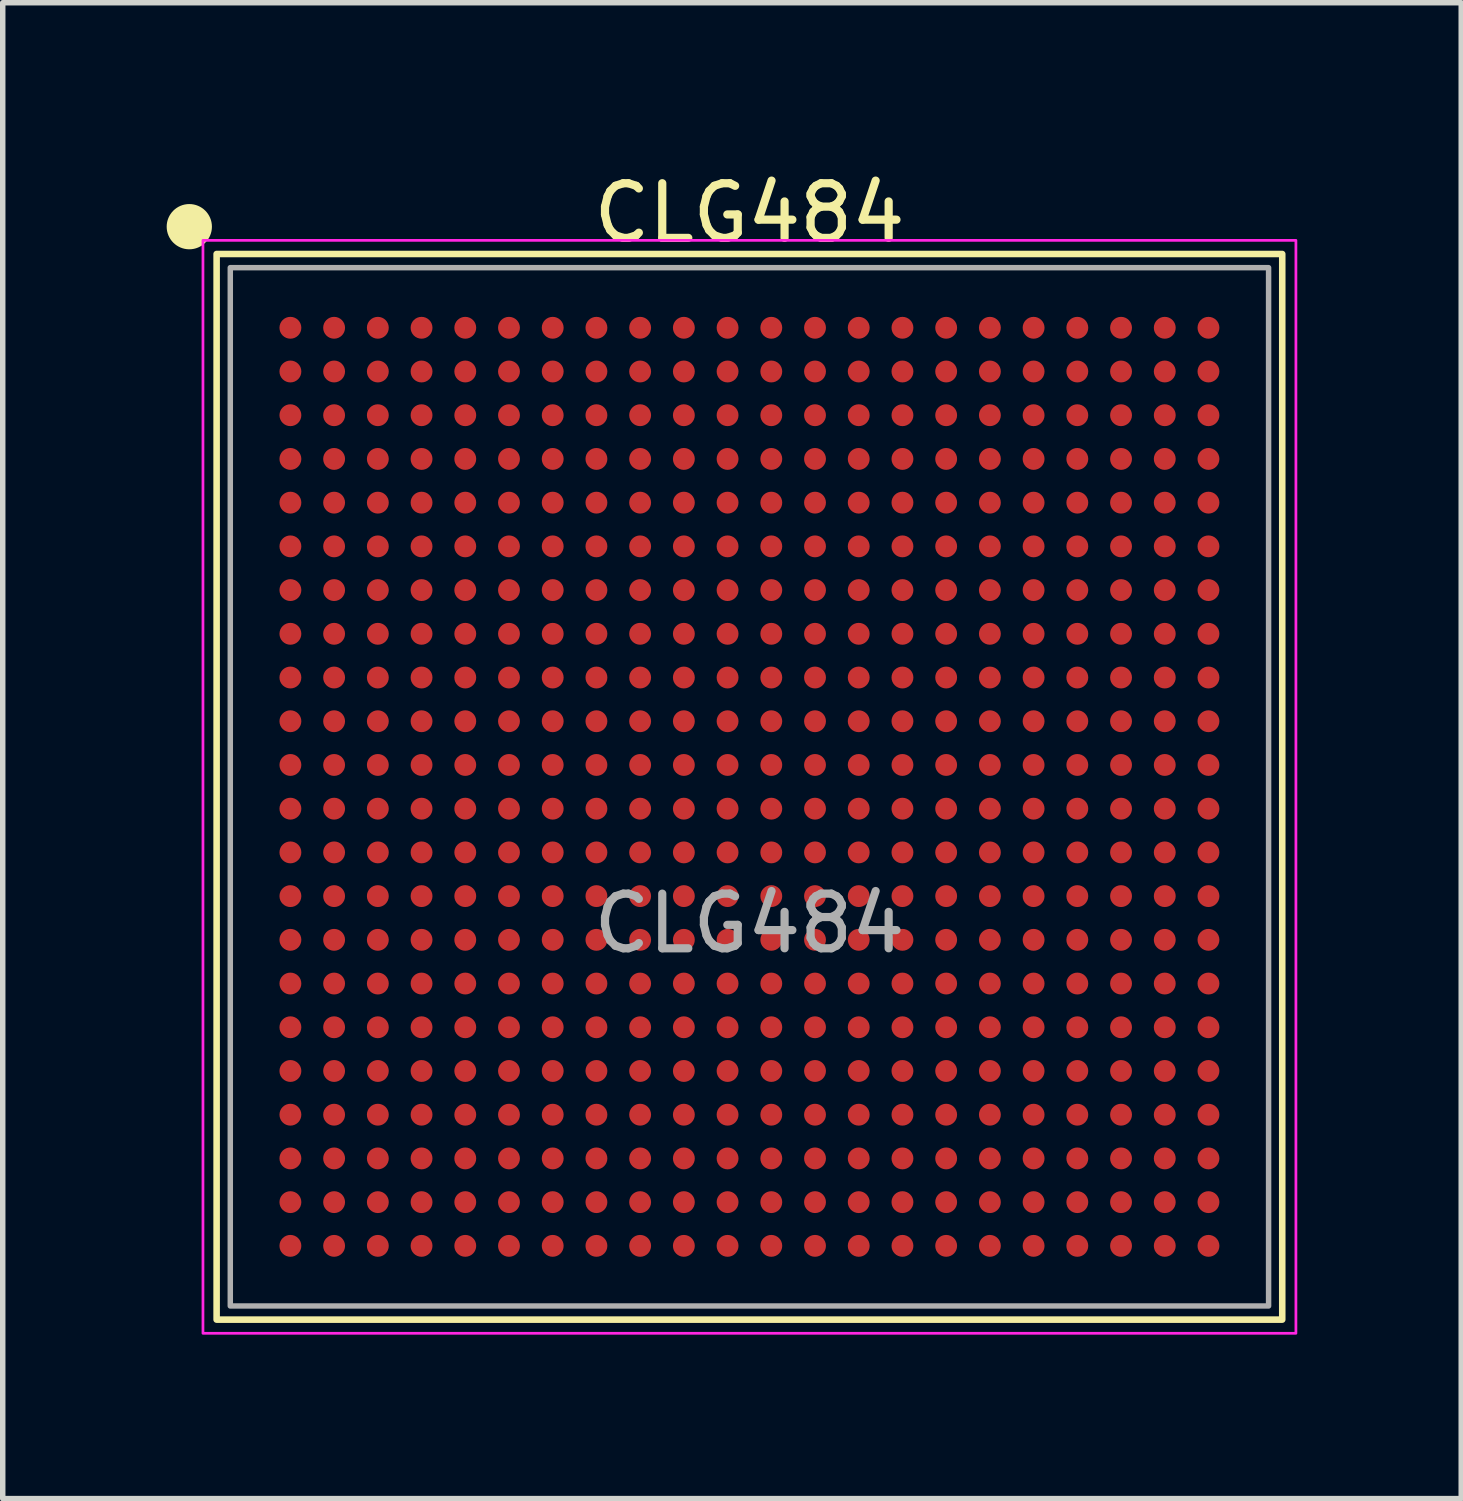
<source format=kicad_pcb>
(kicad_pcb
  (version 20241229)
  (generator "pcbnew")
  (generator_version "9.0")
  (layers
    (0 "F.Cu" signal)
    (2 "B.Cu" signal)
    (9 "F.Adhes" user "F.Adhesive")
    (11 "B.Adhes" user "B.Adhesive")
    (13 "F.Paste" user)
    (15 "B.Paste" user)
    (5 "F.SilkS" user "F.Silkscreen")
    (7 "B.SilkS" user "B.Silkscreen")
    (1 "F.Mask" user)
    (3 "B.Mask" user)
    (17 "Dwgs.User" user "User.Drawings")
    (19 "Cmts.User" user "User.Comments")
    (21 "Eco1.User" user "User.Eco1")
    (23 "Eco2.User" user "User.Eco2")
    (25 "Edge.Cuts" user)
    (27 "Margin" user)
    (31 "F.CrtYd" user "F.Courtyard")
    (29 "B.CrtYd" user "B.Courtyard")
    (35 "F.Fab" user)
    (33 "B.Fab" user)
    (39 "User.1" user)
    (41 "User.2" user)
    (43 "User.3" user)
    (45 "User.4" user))
  (footprint "CLG484"
    (layer "F.Cu")
    (at 10.664 11.348)
    (property "Reference" "CLG484" (at 0 -10.5 0) (unlocked yes) (layer "F.SilkS") (effects (font (size 1 1) (thickness 0.15))))
    (attr smd)
    (fp_rect (start -9.75 -9.75) (end 9.75 9.75) (stroke (width 0.12) (type solid)) (fill no) (layer "F.SilkS"))
    (fp_circle (center -10.25 -10.25) (end -9.896 -10.25) (stroke (width 0.12) (type solid)) (fill yes) (layer "F.SilkS"))
    (fp_rect (start -10 -10) (end 10 10) (stroke (width 0.05) (type solid)) (fill no) (layer "F.CrtYd"))
    (fp_rect (start -9.5 -9.5) (end 9.5 9.5) (stroke (width 0.1) (type solid)) (fill no) (layer "F.Fab"))
    (fp_text user "${REFERENCE}" (at 0 2.5 0) (unlocked yes) (layer "F.Fab") (effects (font (size 1 1) (thickness 0.15))))
    (pad "A1" smd circle (at -8.4 -8.4 90) (size 0.4 0.4) (layers "F.Cu" "F.Mask" "F.Paste"))
    (pad "A2" smd circle (at -7.6 -8.4 90) (size 0.4 0.4) (layers "F.Cu" "F.Mask" "F.Paste"))
    (pad "A3" smd circle (at -6.8 -8.4 90) (size 0.4 0.4) (layers "F.Cu" "F.Mask" "F.Paste"))
    (pad "A4" smd circle (at -6 -8.4 90) (size 0.4 0.4) (layers "F.Cu" "F.Mask" "F.Paste"))
    (pad "A5" smd circle (at -5.2 -8.4 90) (size 0.4 0.4) (layers "F.Cu" "F.Mask" "F.Paste"))
    (pad "A6" smd circle (at -4.4 -8.4 90) (size 0.4 0.4) (layers "F.Cu" "F.Mask" "F.Paste"))
    (pad "A7" smd circle (at -3.6 -8.4 90) (size 0.4 0.4) (layers "F.Cu" "F.Mask" "F.Paste"))
    (pad "A8" smd circle (at -2.8 -8.4 90) (size 0.4 0.4) (layers "F.Cu" "F.Mask" "F.Paste"))
    (pad "A9" smd circle (at -2 -8.4 90) (size 0.4 0.4) (layers "F.Cu" "F.Mask" "F.Paste"))
    (pad "A10" smd circle (at -1.2 -8.4 90) (size 0.4 0.4) (layers "F.Cu" "F.Mask" "F.Paste"))
    (pad "A11" smd circle (at -0.4 -8.4 90) (size 0.4 0.4) (layers "F.Cu" "F.Mask" "F.Paste"))
    (pad "A12" smd circle (at 0.4 -8.4 90) (size 0.4 0.4) (layers "F.Cu" "F.Mask" "F.Paste"))
    (pad "A13" smd circle (at 1.2 -8.4 90) (size 0.4 0.4) (layers "F.Cu" "F.Mask" "F.Paste"))
    (pad "A14" smd circle (at 2 -8.4 90) (size 0.4 0.4) (layers "F.Cu" "F.Mask" "F.Paste"))
    (pad "A15" smd circle (at 2.8 -8.4 90) (size 0.4 0.4) (layers "F.Cu" "F.Mask" "F.Paste"))
    (pad "A16" smd circle (at 3.6 -8.4 90) (size 0.4 0.4) (layers "F.Cu" "F.Mask" "F.Paste"))
    (pad "A17" smd circle (at 4.4 -8.4 90) (size 0.4 0.4) (layers "F.Cu" "F.Mask" "F.Paste"))
    (pad "A18" smd circle (at 5.2 -8.4 90) (size 0.4 0.4) (layers "F.Cu" "F.Mask" "F.Paste"))
    (pad "A19" smd circle (at 6 -8.4 90) (size 0.4 0.4) (layers "F.Cu" "F.Mask" "F.Paste"))
    (pad "A20" smd circle (at 6.8 -8.4 90) (size 0.4 0.4) (layers "F.Cu" "F.Mask" "F.Paste"))
    (pad "A21" smd circle (at 7.6 -8.4 90) (size 0.4 0.4) (layers "F.Cu" "F.Mask" "F.Paste"))
    (pad "A22" smd circle (at 8.4 -8.4 90) (size 0.4 0.4) (layers "F.Cu" "F.Mask" "F.Paste"))
    (pad "AA1" smd circle (at -8.4 7.6 90) (size 0.4 0.4) (layers "F.Cu" "F.Mask" "F.Paste"))
    (pad "AA2" smd circle (at -7.6 7.6 90) (size 0.4 0.4) (layers "F.Cu" "F.Mask" "F.Paste"))
    (pad "AA3" smd circle (at -6.8 7.6 90) (size 0.4 0.4) (layers "F.Cu" "F.Mask" "F.Paste"))
    (pad "AA4" smd circle (at -6 7.6 90) (size 0.4 0.4) (layers "F.Cu" "F.Mask" "F.Paste"))
    (pad "AA5" smd circle (at -5.2 7.6 90) (size 0.4 0.4) (layers "F.Cu" "F.Mask" "F.Paste"))
    (pad "AA6" smd circle (at -4.4 7.6 90) (size 0.4 0.4) (layers "F.Cu" "F.Mask" "F.Paste"))
    (pad "AA7" smd circle (at -3.6 7.6 90) (size 0.4 0.4) (layers "F.Cu" "F.Mask" "F.Paste"))
    (pad "AA8" smd circle (at -2.8 7.6 90) (size 0.4 0.4) (layers "F.Cu" "F.Mask" "F.Paste"))
    (pad "AA9" smd circle (at -2 7.6 90) (size 0.4 0.4) (layers "F.Cu" "F.Mask" "F.Paste"))
    (pad "AA10" smd circle (at -1.2 7.6 90) (size 0.4 0.4) (layers "F.Cu" "F.Mask" "F.Paste"))
    (pad "AA11" smd circle (at -0.4 7.6 90) (size 0.4 0.4) (layers "F.Cu" "F.Mask" "F.Paste"))
    (pad "AA12" smd circle (at 0.4 7.6 90) (size 0.4 0.4) (layers "F.Cu" "F.Mask" "F.Paste"))
    (pad "AA13" smd circle (at 1.2 7.6 90) (size 0.4 0.4) (layers "F.Cu" "F.Mask" "F.Paste"))
    (pad "AA14" smd circle (at 2 7.6 90) (size 0.4 0.4) (layers "F.Cu" "F.Mask" "F.Paste"))
    (pad "AA15" smd circle (at 2.8 7.6 90) (size 0.4 0.4) (layers "F.Cu" "F.Mask" "F.Paste"))
    (pad "AA16" smd circle (at 3.6 7.6 90) (size 0.4 0.4) (layers "F.Cu" "F.Mask" "F.Paste"))
    (pad "AA17" smd circle (at 4.4 7.6 90) (size 0.4 0.4) (layers "F.Cu" "F.Mask" "F.Paste"))
    (pad "AA18" smd circle (at 5.2 7.6 90) (size 0.4 0.4) (layers "F.Cu" "F.Mask" "F.Paste"))
    (pad "AA19" smd circle (at 6 7.6 90) (size 0.4 0.4) (layers "F.Cu" "F.Mask" "F.Paste"))
    (pad "AA20" smd circle (at 6.8 7.6 90) (size 0.4 0.4) (layers "F.Cu" "F.Mask" "F.Paste"))
    (pad "AA21" smd circle (at 7.6 7.6 90) (size 0.4 0.4) (layers "F.Cu" "F.Mask" "F.Paste"))
    (pad "AA22" smd circle (at 8.4 7.6 90) (size 0.4 0.4) (layers "F.Cu" "F.Mask" "F.Paste"))
    (pad "AB1" smd circle (at -8.4 8.4 90) (size 0.4 0.4) (layers "F.Cu" "F.Mask" "F.Paste"))
    (pad "AB2" smd circle (at -7.6 8.4 90) (size 0.4 0.4) (layers "F.Cu" "F.Mask" "F.Paste"))
    (pad "AB3" smd circle (at -6.8 8.4 90) (size 0.4 0.4) (layers "F.Cu" "F.Mask" "F.Paste"))
    (pad "AB4" smd circle (at -6 8.4 90) (size 0.4 0.4) (layers "F.Cu" "F.Mask" "F.Paste"))
    (pad "AB5" smd circle (at -5.2 8.4 90) (size 0.4 0.4) (layers "F.Cu" "F.Mask" "F.Paste"))
    (pad "AB6" smd circle (at -4.4 8.4 90) (size 0.4 0.4) (layers "F.Cu" "F.Mask" "F.Paste"))
    (pad "AB7" smd circle (at -3.6 8.4 90) (size 0.4 0.4) (layers "F.Cu" "F.Mask" "F.Paste"))
    (pad "AB8" smd circle (at -2.8 8.4 90) (size 0.4 0.4) (layers "F.Cu" "F.Mask" "F.Paste"))
    (pad "AB9" smd circle (at -2 8.4 90) (size 0.4 0.4) (layers "F.Cu" "F.Mask" "F.Paste"))
    (pad "AB10" smd circle (at -1.2 8.4 90) (size 0.4 0.4) (layers "F.Cu" "F.Mask" "F.Paste"))
    (pad "AB11" smd circle (at -0.4 8.4 90) (size 0.4 0.4) (layers "F.Cu" "F.Mask" "F.Paste"))
    (pad "AB12" smd circle (at 0.4 8.4 90) (size 0.4 0.4) (layers "F.Cu" "F.Mask" "F.Paste"))
    (pad "AB13" smd circle (at 1.2 8.4 90) (size 0.4 0.4) (layers "F.Cu" "F.Mask" "F.Paste"))
    (pad "AB14" smd circle (at 2 8.4 90) (size 0.4 0.4) (layers "F.Cu" "F.Mask" "F.Paste"))
    (pad "AB15" smd circle (at 2.8 8.4 90) (size 0.4 0.4) (layers "F.Cu" "F.Mask" "F.Paste"))
    (pad "AB16" smd circle (at 3.6 8.4 90) (size 0.4 0.4) (layers "F.Cu" "F.Mask" "F.Paste"))
    (pad "AB17" smd circle (at 4.4 8.4 90) (size 0.4 0.4) (layers "F.Cu" "F.Mask" "F.Paste"))
    (pad "AB18" smd circle (at 5.2 8.4 90) (size 0.4 0.4) (layers "F.Cu" "F.Mask" "F.Paste"))
    (pad "AB19" smd circle (at 6 8.4 90) (size 0.4 0.4) (layers "F.Cu" "F.Mask" "F.Paste"))
    (pad "AB20" smd circle (at 6.8 8.4 90) (size 0.4 0.4) (layers "F.Cu" "F.Mask" "F.Paste"))
    (pad "AB21" smd circle (at 7.6 8.4 90) (size 0.4 0.4) (layers "F.Cu" "F.Mask" "F.Paste"))
    (pad "AB22" smd circle (at 8.4 8.4 90) (size 0.4 0.4) (layers "F.Cu" "F.Mask" "F.Paste"))
    (pad "B1" smd circle (at -8.4 -7.6 90) (size 0.4 0.4) (layers "F.Cu" "F.Mask" "F.Paste"))
    (pad "B2" smd circle (at -7.6 -7.6 90) (size 0.4 0.4) (layers "F.Cu" "F.Mask" "F.Paste"))
    (pad "B3" smd circle (at -6.8 -7.6 90) (size 0.4 0.4) (layers "F.Cu" "F.Mask" "F.Paste"))
    (pad "B4" smd circle (at -6 -7.6 90) (size 0.4 0.4) (layers "F.Cu" "F.Mask" "F.Paste"))
    (pad "B5" smd circle (at -5.2 -7.6 90) (size 0.4 0.4) (layers "F.Cu" "F.Mask" "F.Paste"))
    (pad "B6" smd circle (at -4.4 -7.6 90) (size 0.4 0.4) (layers "F.Cu" "F.Mask" "F.Paste"))
    (pad "B7" smd circle (at -3.6 -7.6 90) (size 0.4 0.4) (layers "F.Cu" "F.Mask" "F.Paste"))
    (pad "B8" smd circle (at -2.8 -7.6 90) (size 0.4 0.4) (layers "F.Cu" "F.Mask" "F.Paste"))
    (pad "B9" smd circle (at -2 -7.6 90) (size 0.4 0.4) (layers "F.Cu" "F.Mask" "F.Paste"))
    (pad "B10" smd circle (at -1.2 -7.6 90) (size 0.4 0.4) (layers "F.Cu" "F.Mask" "F.Paste"))
    (pad "B11" smd circle (at -0.4 -7.6 90) (size 0.4 0.4) (layers "F.Cu" "F.Mask" "F.Paste"))
    (pad "B12" smd circle (at 0.4 -7.6 90) (size 0.4 0.4) (layers "F.Cu" "F.Mask" "F.Paste"))
    (pad "B13" smd circle (at 1.2 -7.6 90) (size 0.4 0.4) (layers "F.Cu" "F.Mask" "F.Paste"))
    (pad "B14" smd circle (at 2 -7.6 90) (size 0.4 0.4) (layers "F.Cu" "F.Mask" "F.Paste"))
    (pad "B15" smd circle (at 2.8 -7.6 90) (size 0.4 0.4) (layers "F.Cu" "F.Mask" "F.Paste"))
    (pad "B16" smd circle (at 3.6 -7.6 90) (size 0.4 0.4) (layers "F.Cu" "F.Mask" "F.Paste"))
    (pad "B17" smd circle (at 4.4 -7.6 90) (size 0.4 0.4) (layers "F.Cu" "F.Mask" "F.Paste"))
    (pad "B18" smd circle (at 5.2 -7.6 90) (size 0.4 0.4) (layers "F.Cu" "F.Mask" "F.Paste"))
    (pad "B19" smd circle (at 6 -7.6 90) (size 0.4 0.4) (layers "F.Cu" "F.Mask" "F.Paste"))
    (pad "B20" smd circle (at 6.8 -7.6 90) (size 0.4 0.4) (layers "F.Cu" "F.Mask" "F.Paste"))
    (pad "B21" smd circle (at 7.6 -7.6 90) (size 0.4 0.4) (layers "F.Cu" "F.Mask" "F.Paste"))
    (pad "B22" smd circle (at 8.4 -7.6 90) (size 0.4 0.4) (layers "F.Cu" "F.Mask" "F.Paste"))
    (pad "C1" smd circle (at -8.4 -6.8 90) (size 0.4 0.4) (layers "F.Cu" "F.Mask" "F.Paste"))
    (pad "C2" smd circle (at -7.6 -6.8 90) (size 0.4 0.4) (layers "F.Cu" "F.Mask" "F.Paste"))
    (pad "C3" smd circle (at -6.8 -6.8 90) (size 0.4 0.4) (layers "F.Cu" "F.Mask" "F.Paste"))
    (pad "C4" smd circle (at -6 -6.8 90) (size 0.4 0.4) (layers "F.Cu" "F.Mask" "F.Paste"))
    (pad "C5" smd circle (at -5.2 -6.8 90) (size 0.4 0.4) (layers "F.Cu" "F.Mask" "F.Paste"))
    (pad "C6" smd circle (at -4.4 -6.8 90) (size 0.4 0.4) (layers "F.Cu" "F.Mask" "F.Paste"))
    (pad "C7" smd circle (at -3.6 -6.8 90) (size 0.4 0.4) (layers "F.Cu" "F.Mask" "F.Paste"))
    (pad "C8" smd circle (at -2.8 -6.8 90) (size 0.4 0.4) (layers "F.Cu" "F.Mask" "F.Paste"))
    (pad "C9" smd circle (at -2 -6.8 90) (size 0.4 0.4) (layers "F.Cu" "F.Mask" "F.Paste"))
    (pad "C10" smd circle (at -1.2 -6.8 90) (size 0.4 0.4) (layers "F.Cu" "F.Mask" "F.Paste"))
    (pad "C11" smd circle (at -0.4 -6.8 90) (size 0.4 0.4) (layers "F.Cu" "F.Mask" "F.Paste"))
    (pad "C12" smd circle (at 0.4 -6.8 90) (size 0.4 0.4) (layers "F.Cu" "F.Mask" "F.Paste"))
    (pad "C13" smd circle (at 1.2 -6.8 90) (size 0.4 0.4) (layers "F.Cu" "F.Mask" "F.Paste"))
    (pad "C14" smd circle (at 2 -6.8 90) (size 0.4 0.4) (layers "F.Cu" "F.Mask" "F.Paste"))
    (pad "C15" smd circle (at 2.8 -6.8 90) (size 0.4 0.4) (layers "F.Cu" "F.Mask" "F.Paste"))
    (pad "C16" smd circle (at 3.6 -6.8 90) (size 0.4 0.4) (layers "F.Cu" "F.Mask" "F.Paste"))
    (pad "C17" smd circle (at 4.4 -6.8 90) (size 0.4 0.4) (layers "F.Cu" "F.Mask" "F.Paste"))
    (pad "C18" smd circle (at 5.2 -6.8 90) (size 0.4 0.4) (layers "F.Cu" "F.Mask" "F.Paste"))
    (pad "C19" smd circle (at 6 -6.8 90) (size 0.4 0.4) (layers "F.Cu" "F.Mask" "F.Paste"))
    (pad "C20" smd circle (at 6.8 -6.8 90) (size 0.4 0.4) (layers "F.Cu" "F.Mask" "F.Paste"))
    (pad "C21" smd circle (at 7.6 -6.8 90) (size 0.4 0.4) (layers "F.Cu" "F.Mask" "F.Paste"))
    (pad "C22" smd circle (at 8.4 -6.8 90) (size 0.4 0.4) (layers "F.Cu" "F.Mask" "F.Paste"))
    (pad "D1" smd circle (at -8.4 -6 90) (size 0.4 0.4) (layers "F.Cu" "F.Mask" "F.Paste"))
    (pad "D2" smd circle (at -7.6 -6 90) (size 0.4 0.4) (layers "F.Cu" "F.Mask" "F.Paste"))
    (pad "D3" smd circle (at -6.8 -6 90) (size 0.4 0.4) (layers "F.Cu" "F.Mask" "F.Paste"))
    (pad "D4" smd circle (at -6 -6 90) (size 0.4 0.4) (layers "F.Cu" "F.Mask" "F.Paste"))
    (pad "D5" smd circle (at -5.2 -6 90) (size 0.4 0.4) (layers "F.Cu" "F.Mask" "F.Paste"))
    (pad "D6" smd circle (at -4.4 -6 90) (size 0.4 0.4) (layers "F.Cu" "F.Mask" "F.Paste"))
    (pad "D7" smd circle (at -3.6 -6 90) (size 0.4 0.4) (layers "F.Cu" "F.Mask" "F.Paste"))
    (pad "D8" smd circle (at -2.8 -6 90) (size 0.4 0.4) (layers "F.Cu" "F.Mask" "F.Paste"))
    (pad "D9" smd circle (at -2 -6 90) (size 0.4 0.4) (layers "F.Cu" "F.Mask" "F.Paste"))
    (pad "D10" smd circle (at -1.2 -6 90) (size 0.4 0.4) (layers "F.Cu" "F.Mask" "F.Paste"))
    (pad "D11" smd circle (at -0.4 -6 90) (size 0.4 0.4) (layers "F.Cu" "F.Mask" "F.Paste"))
    (pad "D12" smd circle (at 0.4 -6 90) (size 0.4 0.4) (layers "F.Cu" "F.Mask" "F.Paste"))
    (pad "D13" smd circle (at 1.2 -6 90) (size 0.4 0.4) (layers "F.Cu" "F.Mask" "F.Paste"))
    (pad "D14" smd circle (at 2 -6 90) (size 0.4 0.4) (layers "F.Cu" "F.Mask" "F.Paste"))
    (pad "D15" smd circle (at 2.8 -6 90) (size 0.4 0.4) (layers "F.Cu" "F.Mask" "F.Paste"))
    (pad "D16" smd circle (at 3.6 -6 90) (size 0.4 0.4) (layers "F.Cu" "F.Mask" "F.Paste"))
    (pad "D17" smd circle (at 4.4 -6 90) (size 0.4 0.4) (layers "F.Cu" "F.Mask" "F.Paste"))
    (pad "D18" smd circle (at 5.2 -6 90) (size 0.4 0.4) (layers "F.Cu" "F.Mask" "F.Paste"))
    (pad "D19" smd circle (at 6 -6 90) (size 0.4 0.4) (layers "F.Cu" "F.Mask" "F.Paste"))
    (pad "D20" smd circle (at 6.8 -6 90) (size 0.4 0.4) (layers "F.Cu" "F.Mask" "F.Paste"))
    (pad "D21" smd circle (at 7.6 -6 90) (size 0.4 0.4) (layers "F.Cu" "F.Mask" "F.Paste"))
    (pad "D22" smd circle (at 8.4 -6 90) (size 0.4 0.4) (layers "F.Cu" "F.Mask" "F.Paste"))
    (pad "E1" smd circle (at -8.4 -5.2 90) (size 0.4 0.4) (layers "F.Cu" "F.Mask" "F.Paste"))
    (pad "E2" smd circle (at -7.6 -5.2 90) (size 0.4 0.4) (layers "F.Cu" "F.Mask" "F.Paste"))
    (pad "E3" smd circle (at -6.8 -5.2 90) (size 0.4 0.4) (layers "F.Cu" "F.Mask" "F.Paste"))
    (pad "E4" smd circle (at -6 -5.2 90) (size 0.4 0.4) (layers "F.Cu" "F.Mask" "F.Paste"))
    (pad "E5" smd circle (at -5.2 -5.2 90) (size 0.4 0.4) (layers "F.Cu" "F.Mask" "F.Paste"))
    (pad "E6" smd circle (at -4.4 -5.2 90) (size 0.4 0.4) (layers "F.Cu" "F.Mask" "F.Paste"))
    (pad "E7" smd circle (at -3.6 -5.2 90) (size 0.4 0.4) (layers "F.Cu" "F.Mask" "F.Paste"))
    (pad "E8" smd circle (at -2.8 -5.2 90) (size 0.4 0.4) (layers "F.Cu" "F.Mask" "F.Paste"))
    (pad "E9" smd circle (at -2 -5.2 90) (size 0.4 0.4) (layers "F.Cu" "F.Mask" "F.Paste"))
    (pad "E10" smd circle (at -1.2 -5.2 90) (size 0.4 0.4) (layers "F.Cu" "F.Mask" "F.Paste"))
    (pad "E11" smd circle (at -0.4 -5.2 90) (size 0.4 0.4) (layers "F.Cu" "F.Mask" "F.Paste"))
    (pad "E12" smd circle (at 0.4 -5.2 90) (size 0.4 0.4) (layers "F.Cu" "F.Mask" "F.Paste"))
    (pad "E13" smd circle (at 1.2 -5.2 90) (size 0.4 0.4) (layers "F.Cu" "F.Mask" "F.Paste"))
    (pad "E14" smd circle (at 2 -5.2 90) (size 0.4 0.4) (layers "F.Cu" "F.Mask" "F.Paste"))
    (pad "E15" smd circle (at 2.8 -5.2 90) (size 0.4 0.4) (layers "F.Cu" "F.Mask" "F.Paste"))
    (pad "E16" smd circle (at 3.6 -5.2 90) (size 0.4 0.4) (layers "F.Cu" "F.Mask" "F.Paste"))
    (pad "E17" smd circle (at 4.4 -5.2 90) (size 0.4 0.4) (layers "F.Cu" "F.Mask" "F.Paste"))
    (pad "E18" smd circle (at 5.2 -5.2 90) (size 0.4 0.4) (layers "F.Cu" "F.Mask" "F.Paste"))
    (pad "E19" smd circle (at 6 -5.2 90) (size 0.4 0.4) (layers "F.Cu" "F.Mask" "F.Paste"))
    (pad "E20" smd circle (at 6.8 -5.2 90) (size 0.4 0.4) (layers "F.Cu" "F.Mask" "F.Paste"))
    (pad "E21" smd circle (at 7.6 -5.2 90) (size 0.4 0.4) (layers "F.Cu" "F.Mask" "F.Paste"))
    (pad "E22" smd circle (at 8.4 -5.2 90) (size 0.4 0.4) (layers "F.Cu" "F.Mask" "F.Paste"))
    (pad "F1" smd circle (at -8.4 -4.4 90) (size 0.4 0.4) (layers "F.Cu" "F.Mask" "F.Paste"))
    (pad "F2" smd circle (at -7.6 -4.4 90) (size 0.4 0.4) (layers "F.Cu" "F.Mask" "F.Paste"))
    (pad "F3" smd circle (at -6.8 -4.4 90) (size 0.4 0.4) (layers "F.Cu" "F.Mask" "F.Paste"))
    (pad "F4" smd circle (at -6 -4.4 90) (size 0.4 0.4) (layers "F.Cu" "F.Mask" "F.Paste"))
    (pad "F5" smd circle (at -5.2 -4.4 90) (size 0.4 0.4) (layers "F.Cu" "F.Mask" "F.Paste"))
    (pad "F6" smd circle (at -4.4 -4.4 90) (size 0.4 0.4) (layers "F.Cu" "F.Mask" "F.Paste"))
    (pad "F7" smd circle (at -3.6 -4.4 90) (size 0.4 0.4) (layers "F.Cu" "F.Mask" "F.Paste"))
    (pad "F8" smd circle (at -2.8 -4.4 90) (size 0.4 0.4) (layers "F.Cu" "F.Mask" "F.Paste"))
    (pad "F9" smd circle (at -2 -4.4 90) (size 0.4 0.4) (layers "F.Cu" "F.Mask" "F.Paste"))
    (pad "F10" smd circle (at -1.2 -4.4 90) (size 0.4 0.4) (layers "F.Cu" "F.Mask" "F.Paste"))
    (pad "F11" smd circle (at -0.4 -4.4 90) (size 0.4 0.4) (layers "F.Cu" "F.Mask" "F.Paste"))
    (pad "F12" smd circle (at 0.4 -4.4 90) (size 0.4 0.4) (layers "F.Cu" "F.Mask" "F.Paste"))
    (pad "F13" smd circle (at 1.2 -4.4 90) (size 0.4 0.4) (layers "F.Cu" "F.Mask" "F.Paste"))
    (pad "F14" smd circle (at 2 -4.4 90) (size 0.4 0.4) (layers "F.Cu" "F.Mask" "F.Paste"))
    (pad "F15" smd circle (at 2.8 -4.4 90) (size 0.4 0.4) (layers "F.Cu" "F.Mask" "F.Paste"))
    (pad "F16" smd circle (at 3.6 -4.4 90) (size 0.4 0.4) (layers "F.Cu" "F.Mask" "F.Paste"))
    (pad "F17" smd circle (at 4.4 -4.4 90) (size 0.4 0.4) (layers "F.Cu" "F.Mask" "F.Paste"))
    (pad "F18" smd circle (at 5.2 -4.4 90) (size 0.4 0.4) (layers "F.Cu" "F.Mask" "F.Paste"))
    (pad "F19" smd circle (at 6 -4.4 90) (size 0.4 0.4) (layers "F.Cu" "F.Mask" "F.Paste"))
    (pad "F20" smd circle (at 6.8 -4.4 90) (size 0.4 0.4) (layers "F.Cu" "F.Mask" "F.Paste"))
    (pad "F21" smd circle (at 7.6 -4.4 90) (size 0.4 0.4) (layers "F.Cu" "F.Mask" "F.Paste"))
    (pad "F22" smd circle (at 8.4 -4.4 90) (size 0.4 0.4) (layers "F.Cu" "F.Mask" "F.Paste"))
    (pad "G1" smd circle (at -8.4 -3.6 90) (size 0.4 0.4) (layers "F.Cu" "F.Mask" "F.Paste"))
    (pad "G2" smd circle (at -7.6 -3.6 90) (size 0.4 0.4) (layers "F.Cu" "F.Mask" "F.Paste"))
    (pad "G3" smd circle (at -6.8 -3.6 90) (size 0.4 0.4) (layers "F.Cu" "F.Mask" "F.Paste"))
    (pad "G4" smd circle (at -6 -3.6 90) (size 0.4 0.4) (layers "F.Cu" "F.Mask" "F.Paste"))
    (pad "G5" smd circle (at -5.2 -3.6 90) (size 0.4 0.4) (layers "F.Cu" "F.Mask" "F.Paste"))
    (pad "G6" smd circle (at -4.4 -3.6 90) (size 0.4 0.4) (layers "F.Cu" "F.Mask" "F.Paste"))
    (pad "G7" smd circle (at -3.6 -3.6 90) (size 0.4 0.4) (layers "F.Cu" "F.Mask" "F.Paste"))
    (pad "G8" smd circle (at -2.8 -3.6 90) (size 0.4 0.4) (layers "F.Cu" "F.Mask" "F.Paste"))
    (pad "G9" smd circle (at -2 -3.6 90) (size 0.4 0.4) (layers "F.Cu" "F.Mask" "F.Paste"))
    (pad "G10" smd circle (at -1.2 -3.6 90) (size 0.4 0.4) (layers "F.Cu" "F.Mask" "F.Paste"))
    (pad "G11" smd circle (at -0.4 -3.6 90) (size 0.4 0.4) (layers "F.Cu" "F.Mask" "F.Paste"))
    (pad "G12" smd circle (at 0.4 -3.6 90) (size 0.4 0.4) (layers "F.Cu" "F.Mask" "F.Paste"))
    (pad "G13" smd circle (at 1.2 -3.6 90) (size 0.4 0.4) (layers "F.Cu" "F.Mask" "F.Paste"))
    (pad "G14" smd circle (at 2 -3.6 90) (size 0.4 0.4) (layers "F.Cu" "F.Mask" "F.Paste"))
    (pad "G15" smd circle (at 2.8 -3.6 90) (size 0.4 0.4) (layers "F.Cu" "F.Mask" "F.Paste"))
    (pad "G16" smd circle (at 3.6 -3.6 90) (size 0.4 0.4) (layers "F.Cu" "F.Mask" "F.Paste"))
    (pad "G17" smd circle (at 4.4 -3.6 90) (size 0.4 0.4) (layers "F.Cu" "F.Mask" "F.Paste"))
    (pad "G18" smd circle (at 5.2 -3.6 90) (size 0.4 0.4) (layers "F.Cu" "F.Mask" "F.Paste"))
    (pad "G19" smd circle (at 6 -3.6 90) (size 0.4 0.4) (layers "F.Cu" "F.Mask" "F.Paste"))
    (pad "G20" smd circle (at 6.8 -3.6 90) (size 0.4 0.4) (layers "F.Cu" "F.Mask" "F.Paste"))
    (pad "G21" smd circle (at 7.6 -3.6 90) (size 0.4 0.4) (layers "F.Cu" "F.Mask" "F.Paste"))
    (pad "G22" smd circle (at 8.4 -3.6 90) (size 0.4 0.4) (layers "F.Cu" "F.Mask" "F.Paste"))
    (pad "H1" smd circle (at -8.4 -2.8 90) (size 0.4 0.4) (layers "F.Cu" "F.Mask" "F.Paste"))
    (pad "H2" smd circle (at -7.6 -2.8 90) (size 0.4 0.4) (layers "F.Cu" "F.Mask" "F.Paste"))
    (pad "H3" smd circle (at -6.8 -2.8 90) (size 0.4 0.4) (layers "F.Cu" "F.Mask" "F.Paste"))
    (pad "H4" smd circle (at -6 -2.8 90) (size 0.4 0.4) (layers "F.Cu" "F.Mask" "F.Paste"))
    (pad "H5" smd circle (at -5.2 -2.8 90) (size 0.4 0.4) (layers "F.Cu" "F.Mask" "F.Paste"))
    (pad "H6" smd circle (at -4.4 -2.8 90) (size 0.4 0.4) (layers "F.Cu" "F.Mask" "F.Paste"))
    (pad "H7" smd circle (at -3.6 -2.8 90) (size 0.4 0.4) (layers "F.Cu" "F.Mask" "F.Paste"))
    (pad "H8" smd circle (at -2.8 -2.8 90) (size 0.4 0.4) (layers "F.Cu" "F.Mask" "F.Paste"))
    (pad "H9" smd circle (at -2 -2.8 90) (size 0.4 0.4) (layers "F.Cu" "F.Mask" "F.Paste"))
    (pad "H10" smd circle (at -1.2 -2.8 90) (size 0.4 0.4) (layers "F.Cu" "F.Mask" "F.Paste"))
    (pad "H11" smd circle (at -0.4 -2.8 90) (size 0.4 0.4) (layers "F.Cu" "F.Mask" "F.Paste"))
    (pad "H12" smd circle (at 0.4 -2.8 90) (size 0.4 0.4) (layers "F.Cu" "F.Mask" "F.Paste"))
    (pad "H13" smd circle (at 1.2 -2.8 90) (size 0.4 0.4) (layers "F.Cu" "F.Mask" "F.Paste"))
    (pad "H14" smd circle (at 2 -2.8 90) (size 0.4 0.4) (layers "F.Cu" "F.Mask" "F.Paste"))
    (pad "H15" smd circle (at 2.8 -2.8 90) (size 0.4 0.4) (layers "F.Cu" "F.Mask" "F.Paste"))
    (pad "H16" smd circle (at 3.6 -2.8 90) (size 0.4 0.4) (layers "F.Cu" "F.Mask" "F.Paste"))
    (pad "H17" smd circle (at 4.4 -2.8 90) (size 0.4 0.4) (layers "F.Cu" "F.Mask" "F.Paste"))
    (pad "H18" smd circle (at 5.2 -2.8 90) (size 0.4 0.4) (layers "F.Cu" "F.Mask" "F.Paste"))
    (pad "H19" smd circle (at 6 -2.8 90) (size 0.4 0.4) (layers "F.Cu" "F.Mask" "F.Paste"))
    (pad "H20" smd circle (at 6.8 -2.8 90) (size 0.4 0.4) (layers "F.Cu" "F.Mask" "F.Paste"))
    (pad "H21" smd circle (at 7.6 -2.8 90) (size 0.4 0.4) (layers "F.Cu" "F.Mask" "F.Paste"))
    (pad "H22" smd circle (at 8.4 -2.8 90) (size 0.4 0.4) (layers "F.Cu" "F.Mask" "F.Paste"))
    (pad "J1" smd circle (at -8.4 -2 90) (size 0.4 0.4) (layers "F.Cu" "F.Mask" "F.Paste"))
    (pad "J2" smd circle (at -7.6 -2 90) (size 0.4 0.4) (layers "F.Cu" "F.Mask" "F.Paste"))
    (pad "J3" smd circle (at -6.8 -2 90) (size 0.4 0.4) (layers "F.Cu" "F.Mask" "F.Paste"))
    (pad "J4" smd circle (at -6 -2 90) (size 0.4 0.4) (layers "F.Cu" "F.Mask" "F.Paste"))
    (pad "J5" smd circle (at -5.2 -2 90) (size 0.4 0.4) (layers "F.Cu" "F.Mask" "F.Paste"))
    (pad "J6" smd circle (at -4.4 -2 90) (size 0.4 0.4) (layers "F.Cu" "F.Mask" "F.Paste"))
    (pad "J7" smd circle (at -3.6 -2 90) (size 0.4 0.4) (layers "F.Cu" "F.Mask" "F.Paste"))
    (pad "J8" smd circle (at -2.8 -2 90) (size 0.4 0.4) (layers "F.Cu" "F.Mask" "F.Paste"))
    (pad "J9" smd circle (at -2 -2 90) (size 0.4 0.4) (layers "F.Cu" "F.Mask" "F.Paste"))
    (pad "J10" smd circle (at -1.2 -2 90) (size 0.4 0.4) (layers "F.Cu" "F.Mask" "F.Paste"))
    (pad "J11" smd circle (at -0.4 -2 90) (size 0.4 0.4) (layers "F.Cu" "F.Mask" "F.Paste"))
    (pad "J12" smd circle (at 0.4 -2 90) (size 0.4 0.4) (layers "F.Cu" "F.Mask" "F.Paste"))
    (pad "J13" smd circle (at 1.2 -2 90) (size 0.4 0.4) (layers "F.Cu" "F.Mask" "F.Paste"))
    (pad "J14" smd circle (at 2 -2 90) (size 0.4 0.4) (layers "F.Cu" "F.Mask" "F.Paste"))
    (pad "J15" smd circle (at 2.8 -2 90) (size 0.4 0.4) (layers "F.Cu" "F.Mask" "F.Paste"))
    (pad "J16" smd circle (at 3.6 -2 90) (size 0.4 0.4) (layers "F.Cu" "F.Mask" "F.Paste"))
    (pad "J17" smd circle (at 4.4 -2 90) (size 0.4 0.4) (layers "F.Cu" "F.Mask" "F.Paste"))
    (pad "J18" smd circle (at 5.2 -2 90) (size 0.4 0.4) (layers "F.Cu" "F.Mask" "F.Paste"))
    (pad "J19" smd circle (at 6 -2 90) (size 0.4 0.4) (layers "F.Cu" "F.Mask" "F.Paste"))
    (pad "J20" smd circle (at 6.8 -2 90) (size 0.4 0.4) (layers "F.Cu" "F.Mask" "F.Paste"))
    (pad "J21" smd circle (at 7.6 -2 90) (size 0.4 0.4) (layers "F.Cu" "F.Mask" "F.Paste"))
    (pad "J22" smd circle (at 8.4 -2 90) (size 0.4 0.4) (layers "F.Cu" "F.Mask" "F.Paste"))
    (pad "K1" smd circle (at -8.4 -1.2 90) (size 0.4 0.4) (layers "F.Cu" "F.Mask" "F.Paste"))
    (pad "K2" smd circle (at -7.6 -1.2 90) (size 0.4 0.4) (layers "F.Cu" "F.Mask" "F.Paste"))
    (pad "K3" smd circle (at -6.8 -1.2 90) (size 0.4 0.4) (layers "F.Cu" "F.Mask" "F.Paste"))
    (pad "K4" smd circle (at -6 -1.2 90) (size 0.4 0.4) (layers "F.Cu" "F.Mask" "F.Paste"))
    (pad "K5" smd circle (at -5.2 -1.2 90) (size 0.4 0.4) (layers "F.Cu" "F.Mask" "F.Paste"))
    (pad "K6" smd circle (at -4.4 -1.2 90) (size 0.4 0.4) (layers "F.Cu" "F.Mask" "F.Paste"))
    (pad "K7" smd circle (at -3.6 -1.2 90) (size 0.4 0.4) (layers "F.Cu" "F.Mask" "F.Paste"))
    (pad "K8" smd circle (at -2.8 -1.2 90) (size 0.4 0.4) (layers "F.Cu" "F.Mask" "F.Paste"))
    (pad "K9" smd circle (at -2 -1.2 90) (size 0.4 0.4) (layers "F.Cu" "F.Mask" "F.Paste"))
    (pad "K10" smd circle (at -1.2 -1.2 90) (size 0.4 0.4) (layers "F.Cu" "F.Mask" "F.Paste"))
    (pad "K11" smd circle (at -0.4 -1.2 90) (size 0.4 0.4) (layers "F.Cu" "F.Mask" "F.Paste"))
    (pad "K12" smd circle (at 0.4 -1.2 90) (size 0.4 0.4) (layers "F.Cu" "F.Mask" "F.Paste"))
    (pad "K13" smd circle (at 1.2 -1.2 90) (size 0.4 0.4) (layers "F.Cu" "F.Mask" "F.Paste"))
    (pad "K14" smd circle (at 2 -1.2 90) (size 0.4 0.4) (layers "F.Cu" "F.Mask" "F.Paste"))
    (pad "K15" smd circle (at 2.8 -1.2 90) (size 0.4 0.4) (layers "F.Cu" "F.Mask" "F.Paste"))
    (pad "K16" smd circle (at 3.6 -1.2 90) (size 0.4 0.4) (layers "F.Cu" "F.Mask" "F.Paste"))
    (pad "K17" smd circle (at 4.4 -1.2 90) (size 0.4 0.4) (layers "F.Cu" "F.Mask" "F.Paste"))
    (pad "K18" smd circle (at 5.2 -1.2 90) (size 0.4 0.4) (layers "F.Cu" "F.Mask" "F.Paste"))
    (pad "K19" smd circle (at 6 -1.2 90) (size 0.4 0.4) (layers "F.Cu" "F.Mask" "F.Paste"))
    (pad "K20" smd circle (at 6.8 -1.2 90) (size 0.4 0.4) (layers "F.Cu" "F.Mask" "F.Paste"))
    (pad "K21" smd circle (at 7.6 -1.2 90) (size 0.4 0.4) (layers "F.Cu" "F.Mask" "F.Paste"))
    (pad "K22" smd circle (at 8.4 -1.2 90) (size 0.4 0.4) (layers "F.Cu" "F.Mask" "F.Paste"))
    (pad "L1" smd circle (at -8.4 -0.4 90) (size 0.4 0.4) (layers "F.Cu" "F.Mask" "F.Paste"))
    (pad "L2" smd circle (at -7.6 -0.4 90) (size 0.4 0.4) (layers "F.Cu" "F.Mask" "F.Paste"))
    (pad "L3" smd circle (at -6.8 -0.4 90) (size 0.4 0.4) (layers "F.Cu" "F.Mask" "F.Paste"))
    (pad "L4" smd circle (at -6 -0.4 90) (size 0.4 0.4) (layers "F.Cu" "F.Mask" "F.Paste"))
    (pad "L5" smd circle (at -5.2 -0.4 90) (size 0.4 0.4) (layers "F.Cu" "F.Mask" "F.Paste"))
    (pad "L6" smd circle (at -4.4 -0.4 90) (size 0.4 0.4) (layers "F.Cu" "F.Mask" "F.Paste"))
    (pad "L7" smd circle (at -3.6 -0.4 90) (size 0.4 0.4) (layers "F.Cu" "F.Mask" "F.Paste"))
    (pad "L8" smd circle (at -2.8 -0.4 90) (size 0.4 0.4) (layers "F.Cu" "F.Mask" "F.Paste"))
    (pad "L9" smd circle (at -2 -0.4 90) (size 0.4 0.4) (layers "F.Cu" "F.Mask" "F.Paste"))
    (pad "L10" smd circle (at -1.2 -0.4 90) (size 0.4 0.4) (layers "F.Cu" "F.Mask" "F.Paste"))
    (pad "L11" smd circle (at -0.4 -0.4 90) (size 0.4 0.4) (layers "F.Cu" "F.Mask" "F.Paste"))
    (pad "L12" smd circle (at 0.4 -0.4 90) (size 0.4 0.4) (layers "F.Cu" "F.Mask" "F.Paste"))
    (pad "L13" smd circle (at 1.2 -0.4 90) (size 0.4 0.4) (layers "F.Cu" "F.Mask" "F.Paste"))
    (pad "L14" smd circle (at 2 -0.4 90) (size 0.4 0.4) (layers "F.Cu" "F.Mask" "F.Paste"))
    (pad "L15" smd circle (at 2.8 -0.4 90) (size 0.4 0.4) (layers "F.Cu" "F.Mask" "F.Paste"))
    (pad "L16" smd circle (at 3.6 -0.4 90) (size 0.4 0.4) (layers "F.Cu" "F.Mask" "F.Paste"))
    (pad "L17" smd circle (at 4.4 -0.4 90) (size 0.4 0.4) (layers "F.Cu" "F.Mask" "F.Paste"))
    (pad "L18" smd circle (at 5.2 -0.4 90) (size 0.4 0.4) (layers "F.Cu" "F.Mask" "F.Paste"))
    (pad "L19" smd circle (at 6 -0.4 90) (size 0.4 0.4) (layers "F.Cu" "F.Mask" "F.Paste"))
    (pad "L20" smd circle (at 6.8 -0.4 90) (size 0.4 0.4) (layers "F.Cu" "F.Mask" "F.Paste"))
    (pad "L21" smd circle (at 7.6 -0.4 90) (size 0.4 0.4) (layers "F.Cu" "F.Mask" "F.Paste"))
    (pad "L22" smd circle (at 8.4 -0.4 90) (size 0.4 0.4) (layers "F.Cu" "F.Mask" "F.Paste"))
    (pad "M1" smd circle (at -8.4 0.4 90) (size 0.4 0.4) (layers "F.Cu" "F.Mask" "F.Paste"))
    (pad "M2" smd circle (at -7.6 0.4 90) (size 0.4 0.4) (layers "F.Cu" "F.Mask" "F.Paste"))
    (pad "M3" smd circle (at -6.8 0.4 90) (size 0.4 0.4) (layers "F.Cu" "F.Mask" "F.Paste"))
    (pad "M4" smd circle (at -6 0.4 90) (size 0.4 0.4) (layers "F.Cu" "F.Mask" "F.Paste"))
    (pad "M5" smd circle (at -5.2 0.4 90) (size 0.4 0.4) (layers "F.Cu" "F.Mask" "F.Paste"))
    (pad "M6" smd circle (at -4.4 0.4 90) (size 0.4 0.4) (layers "F.Cu" "F.Mask" "F.Paste"))
    (pad "M7" smd circle (at -3.6 0.4 90) (size 0.4 0.4) (layers "F.Cu" "F.Mask" "F.Paste"))
    (pad "M8" smd circle (at -2.8 0.4 90) (size 0.4 0.4) (layers "F.Cu" "F.Mask" "F.Paste"))
    (pad "M9" smd circle (at -2 0.4 90) (size 0.4 0.4) (layers "F.Cu" "F.Mask" "F.Paste"))
    (pad "M10" smd circle (at -1.2 0.4 90) (size 0.4 0.4) (layers "F.Cu" "F.Mask" "F.Paste"))
    (pad "M11" smd circle (at -0.4 0.4 90) (size 0.4 0.4) (layers "F.Cu" "F.Mask" "F.Paste"))
    (pad "M12" smd circle (at 0.4 0.4 90) (size 0.4 0.4) (layers "F.Cu" "F.Mask" "F.Paste"))
    (pad "M13" smd circle (at 1.2 0.4 90) (size 0.4 0.4) (layers "F.Cu" "F.Mask" "F.Paste"))
    (pad "M14" smd circle (at 2 0.4 90) (size 0.4 0.4) (layers "F.Cu" "F.Mask" "F.Paste"))
    (pad "M15" smd circle (at 2.8 0.4 90) (size 0.4 0.4) (layers "F.Cu" "F.Mask" "F.Paste"))
    (pad "M16" smd circle (at 3.6 0.4 90) (size 0.4 0.4) (layers "F.Cu" "F.Mask" "F.Paste"))
    (pad "M17" smd circle (at 4.4 0.4 90) (size 0.4 0.4) (layers "F.Cu" "F.Mask" "F.Paste"))
    (pad "M18" smd circle (at 5.2 0.4 90) (size 0.4 0.4) (layers "F.Cu" "F.Mask" "F.Paste"))
    (pad "M19" smd circle (at 6 0.4 90) (size 0.4 0.4) (layers "F.Cu" "F.Mask" "F.Paste"))
    (pad "M20" smd circle (at 6.8 0.4 90) (size 0.4 0.4) (layers "F.Cu" "F.Mask" "F.Paste"))
    (pad "M21" smd circle (at 7.6 0.4 90) (size 0.4 0.4) (layers "F.Cu" "F.Mask" "F.Paste"))
    (pad "M22" smd circle (at 8.4 0.4 90) (size 0.4 0.4) (layers "F.Cu" "F.Mask" "F.Paste"))
    (pad "N1" smd circle (at -8.4 1.2 90) (size 0.4 0.4) (layers "F.Cu" "F.Mask" "F.Paste"))
    (pad "N2" smd circle (at -7.6 1.2 90) (size 0.4 0.4) (layers "F.Cu" "F.Mask" "F.Paste"))
    (pad "N3" smd circle (at -6.8 1.2 90) (size 0.4 0.4) (layers "F.Cu" "F.Mask" "F.Paste"))
    (pad "N4" smd circle (at -6 1.2 90) (size 0.4 0.4) (layers "F.Cu" "F.Mask" "F.Paste"))
    (pad "N5" smd circle (at -5.2 1.2 90) (size 0.4 0.4) (layers "F.Cu" "F.Mask" "F.Paste"))
    (pad "N6" smd circle (at -4.4 1.2 90) (size 0.4 0.4) (layers "F.Cu" "F.Mask" "F.Paste"))
    (pad "N7" smd circle (at -3.6 1.2 90) (size 0.4 0.4) (layers "F.Cu" "F.Mask" "F.Paste"))
    (pad "N8" smd circle (at -2.8 1.2 90) (size 0.4 0.4) (layers "F.Cu" "F.Mask" "F.Paste"))
    (pad "N9" smd circle (at -2 1.2 90) (size 0.4 0.4) (layers "F.Cu" "F.Mask" "F.Paste"))
    (pad "N10" smd circle (at -1.2 1.2 90) (size 0.4 0.4) (layers "F.Cu" "F.Mask" "F.Paste"))
    (pad "N11" smd circle (at -0.4 1.2 90) (size 0.4 0.4) (layers "F.Cu" "F.Mask" "F.Paste"))
    (pad "N12" smd circle (at 0.4 1.2 90) (size 0.4 0.4) (layers "F.Cu" "F.Mask" "F.Paste"))
    (pad "N13" smd circle (at 1.2 1.2 90) (size 0.4 0.4) (layers "F.Cu" "F.Mask" "F.Paste"))
    (pad "N14" smd circle (at 2 1.2 90) (size 0.4 0.4) (layers "F.Cu" "F.Mask" "F.Paste"))
    (pad "N15" smd circle (at 2.8 1.2 90) (size 0.4 0.4) (layers "F.Cu" "F.Mask" "F.Paste"))
    (pad "N16" smd circle (at 3.6 1.2 90) (size 0.4 0.4) (layers "F.Cu" "F.Mask" "F.Paste"))
    (pad "N17" smd circle (at 4.4 1.2 90) (size 0.4 0.4) (layers "F.Cu" "F.Mask" "F.Paste"))
    (pad "N18" smd circle (at 5.2 1.2 90) (size 0.4 0.4) (layers "F.Cu" "F.Mask" "F.Paste"))
    (pad "N19" smd circle (at 6 1.2 90) (size 0.4 0.4) (layers "F.Cu" "F.Mask" "F.Paste"))
    (pad "N20" smd circle (at 6.8 1.2 90) (size 0.4 0.4) (layers "F.Cu" "F.Mask" "F.Paste"))
    (pad "N21" smd circle (at 7.6 1.2 90) (size 0.4 0.4) (layers "F.Cu" "F.Mask" "F.Paste"))
    (pad "N22" smd circle (at 8.4 1.2 90) (size 0.4 0.4) (layers "F.Cu" "F.Mask" "F.Paste"))
    (pad "P1" smd circle (at -8.4 2 90) (size 0.4 0.4) (layers "F.Cu" "F.Mask" "F.Paste"))
    (pad "P2" smd circle (at -7.6 2 90) (size 0.4 0.4) (layers "F.Cu" "F.Mask" "F.Paste"))
    (pad "P3" smd circle (at -6.8 2 90) (size 0.4 0.4) (layers "F.Cu" "F.Mask" "F.Paste"))
    (pad "P4" smd circle (at -6 2 90) (size 0.4 0.4) (layers "F.Cu" "F.Mask" "F.Paste"))
    (pad "P5" smd circle (at -5.2 2 90) (size 0.4 0.4) (layers "F.Cu" "F.Mask" "F.Paste"))
    (pad "P6" smd circle (at -4.4 2 90) (size 0.4 0.4) (layers "F.Cu" "F.Mask" "F.Paste"))
    (pad "P7" smd circle (at -3.6 2 90) (size 0.4 0.4) (layers "F.Cu" "F.Mask" "F.Paste"))
    (pad "P8" smd circle (at -2.8 2 90) (size 0.4 0.4) (layers "F.Cu" "F.Mask" "F.Paste"))
    (pad "P9" smd circle (at -2 2 90) (size 0.4 0.4) (layers "F.Cu" "F.Mask" "F.Paste"))
    (pad "P10" smd circle (at -1.2 2 90) (size 0.4 0.4) (layers "F.Cu" "F.Mask" "F.Paste"))
    (pad "P11" smd circle (at -0.4 2 90) (size 0.4 0.4) (layers "F.Cu" "F.Mask" "F.Paste"))
    (pad "P12" smd circle (at 0.4 2 90) (size 0.4 0.4) (layers "F.Cu" "F.Mask" "F.Paste"))
    (pad "P13" smd circle (at 1.2 2 90) (size 0.4 0.4) (layers "F.Cu" "F.Mask" "F.Paste"))
    (pad "P14" smd circle (at 2 2 90) (size 0.4 0.4) (layers "F.Cu" "F.Mask" "F.Paste"))
    (pad "P15" smd circle (at 2.8 2 90) (size 0.4 0.4) (layers "F.Cu" "F.Mask" "F.Paste"))
    (pad "P16" smd circle (at 3.6 2 90) (size 0.4 0.4) (layers "F.Cu" "F.Mask" "F.Paste"))
    (pad "P17" smd circle (at 4.4 2 90) (size 0.4 0.4) (layers "F.Cu" "F.Mask" "F.Paste"))
    (pad "P18" smd circle (at 5.2 2 90) (size 0.4 0.4) (layers "F.Cu" "F.Mask" "F.Paste"))
    (pad "P19" smd circle (at 6 2 90) (size 0.4 0.4) (layers "F.Cu" "F.Mask" "F.Paste"))
    (pad "P20" smd circle (at 6.8 2 90) (size 0.4 0.4) (layers "F.Cu" "F.Mask" "F.Paste"))
    (pad "P21" smd circle (at 7.6 2 90) (size 0.4 0.4) (layers "F.Cu" "F.Mask" "F.Paste"))
    (pad "P22" smd circle (at 8.4 2 90) (size 0.4 0.4) (layers "F.Cu" "F.Mask" "F.Paste"))
    (pad "R1" smd circle (at -8.4 2.8 90) (size 0.4 0.4) (layers "F.Cu" "F.Mask" "F.Paste"))
    (pad "R2" smd circle (at -7.6 2.8 90) (size 0.4 0.4) (layers "F.Cu" "F.Mask" "F.Paste"))
    (pad "R3" smd circle (at -6.8 2.8 90) (size 0.4 0.4) (layers "F.Cu" "F.Mask" "F.Paste"))
    (pad "R4" smd circle (at -6 2.8 90) (size 0.4 0.4) (layers "F.Cu" "F.Mask" "F.Paste"))
    (pad "R5" smd circle (at -5.2 2.8 90) (size 0.4 0.4) (layers "F.Cu" "F.Mask" "F.Paste"))
    (pad "R6" smd circle (at -4.4 2.8 90) (size 0.4 0.4) (layers "F.Cu" "F.Mask" "F.Paste"))
    (pad "R7" smd circle (at -3.6 2.8 90) (size 0.4 0.4) (layers "F.Cu" "F.Mask" "F.Paste"))
    (pad "R8" smd circle (at -2.8 2.8 90) (size 0.4 0.4) (layers "F.Cu" "F.Mask" "F.Paste"))
    (pad "R9" smd circle (at -2 2.8 90) (size 0.4 0.4) (layers "F.Cu" "F.Mask" "F.Paste"))
    (pad "R10" smd circle (at -1.2 2.8 90) (size 0.4 0.4) (layers "F.Cu" "F.Mask" "F.Paste"))
    (pad "R11" smd circle (at -0.4 2.8 90) (size 0.4 0.4) (layers "F.Cu" "F.Mask" "F.Paste"))
    (pad "R12" smd circle (at 0.4 2.8 90) (size 0.4 0.4) (layers "F.Cu" "F.Mask" "F.Paste"))
    (pad "R13" smd circle (at 1.2 2.8 90) (size 0.4 0.4) (layers "F.Cu" "F.Mask" "F.Paste"))
    (pad "R14" smd circle (at 2 2.8 90) (size 0.4 0.4) (layers "F.Cu" "F.Mask" "F.Paste"))
    (pad "R15" smd circle (at 2.8 2.8 90) (size 0.4 0.4) (layers "F.Cu" "F.Mask" "F.Paste"))
    (pad "R16" smd circle (at 3.6 2.8 90) (size 0.4 0.4) (layers "F.Cu" "F.Mask" "F.Paste"))
    (pad "R17" smd circle (at 4.4 2.8 90) (size 0.4 0.4) (layers "F.Cu" "F.Mask" "F.Paste"))
    (pad "R18" smd circle (at 5.2 2.8 90) (size 0.4 0.4) (layers "F.Cu" "F.Mask" "F.Paste"))
    (pad "R19" smd circle (at 6 2.8 90) (size 0.4 0.4) (layers "F.Cu" "F.Mask" "F.Paste"))
    (pad "R20" smd circle (at 6.8 2.8 90) (size 0.4 0.4) (layers "F.Cu" "F.Mask" "F.Paste"))
    (pad "R21" smd circle (at 7.6 2.8 90) (size 0.4 0.4) (layers "F.Cu" "F.Mask" "F.Paste"))
    (pad "R22" smd circle (at 8.4 2.8 90) (size 0.4 0.4) (layers "F.Cu" "F.Mask" "F.Paste"))
    (pad "T1" smd circle (at -8.4 3.6 90) (size 0.4 0.4) (layers "F.Cu" "F.Mask" "F.Paste"))
    (pad "T2" smd circle (at -7.6 3.6 90) (size 0.4 0.4) (layers "F.Cu" "F.Mask" "F.Paste"))
    (pad "T3" smd circle (at -6.8 3.6 90) (size 0.4 0.4) (layers "F.Cu" "F.Mask" "F.Paste"))
    (pad "T4" smd circle (at -6 3.6 90) (size 0.4 0.4) (layers "F.Cu" "F.Mask" "F.Paste"))
    (pad "T5" smd circle (at -5.2 3.6 90) (size 0.4 0.4) (layers "F.Cu" "F.Mask" "F.Paste"))
    (pad "T6" smd circle (at -4.4 3.6 90) (size 0.4 0.4) (layers "F.Cu" "F.Mask" "F.Paste"))
    (pad "T7" smd circle (at -3.6 3.6 90) (size 0.4 0.4) (layers "F.Cu" "F.Mask" "F.Paste"))
    (pad "T8" smd circle (at -2.8 3.6 90) (size 0.4 0.4) (layers "F.Cu" "F.Mask" "F.Paste"))
    (pad "T9" smd circle (at -2 3.6 90) (size 0.4 0.4) (layers "F.Cu" "F.Mask" "F.Paste"))
    (pad "T10" smd circle (at -1.2 3.6 90) (size 0.4 0.4) (layers "F.Cu" "F.Mask" "F.Paste"))
    (pad "T11" smd circle (at -0.4 3.6 90) (size 0.4 0.4) (layers "F.Cu" "F.Mask" "F.Paste"))
    (pad "T12" smd circle (at 0.4 3.6 90) (size 0.4 0.4) (layers "F.Cu" "F.Mask" "F.Paste"))
    (pad "T13" smd circle (at 1.2 3.6 90) (size 0.4 0.4) (layers "F.Cu" "F.Mask" "F.Paste"))
    (pad "T14" smd circle (at 2 3.6 90) (size 0.4 0.4) (layers "F.Cu" "F.Mask" "F.Paste"))
    (pad "T15" smd circle (at 2.8 3.6 90) (size 0.4 0.4) (layers "F.Cu" "F.Mask" "F.Paste"))
    (pad "T16" smd circle (at 3.6 3.6 90) (size 0.4 0.4) (layers "F.Cu" "F.Mask" "F.Paste"))
    (pad "T17" smd circle (at 4.4 3.6 90) (size 0.4 0.4) (layers "F.Cu" "F.Mask" "F.Paste"))
    (pad "T18" smd circle (at 5.2 3.6 90) (size 0.4 0.4) (layers "F.Cu" "F.Mask" "F.Paste"))
    (pad "T19" smd circle (at 6 3.6 90) (size 0.4 0.4) (layers "F.Cu" "F.Mask" "F.Paste"))
    (pad "T20" smd circle (at 6.8 3.6 90) (size 0.4 0.4) (layers "F.Cu" "F.Mask" "F.Paste"))
    (pad "T21" smd circle (at 7.6 3.6 90) (size 0.4 0.4) (layers "F.Cu" "F.Mask" "F.Paste"))
    (pad "T22" smd circle (at 8.4 3.6 90) (size 0.4 0.4) (layers "F.Cu" "F.Mask" "F.Paste"))
    (pad "U1" smd circle (at -8.4 4.4 90) (size 0.4 0.4) (layers "F.Cu" "F.Mask" "F.Paste"))
    (pad "U2" smd circle (at -7.6 4.4 90) (size 0.4 0.4) (layers "F.Cu" "F.Mask" "F.Paste"))
    (pad "U3" smd circle (at -6.8 4.4 90) (size 0.4 0.4) (layers "F.Cu" "F.Mask" "F.Paste"))
    (pad "U4" smd circle (at -6 4.4 90) (size 0.4 0.4) (layers "F.Cu" "F.Mask" "F.Paste"))
    (pad "U5" smd circle (at -5.2 4.4 90) (size 0.4 0.4) (layers "F.Cu" "F.Mask" "F.Paste"))
    (pad "U6" smd circle (at -4.4 4.4 90) (size 0.4 0.4) (layers "F.Cu" "F.Mask" "F.Paste"))
    (pad "U7" smd circle (at -3.6 4.4 90) (size 0.4 0.4) (layers "F.Cu" "F.Mask" "F.Paste"))
    (pad "U8" smd circle (at -2.8 4.4 90) (size 0.4 0.4) (layers "F.Cu" "F.Mask" "F.Paste"))
    (pad "U9" smd circle (at -2 4.4 90) (size 0.4 0.4) (layers "F.Cu" "F.Mask" "F.Paste"))
    (pad "U10" smd circle (at -1.2 4.4 90) (size 0.4 0.4) (layers "F.Cu" "F.Mask" "F.Paste"))
    (pad "U11" smd circle (at -0.4 4.4 90) (size 0.4 0.4) (layers "F.Cu" "F.Mask" "F.Paste"))
    (pad "U12" smd circle (at 0.4 4.4 90) (size 0.4 0.4) (layers "F.Cu" "F.Mask" "F.Paste"))
    (pad "U13" smd circle (at 1.2 4.4 90) (size 0.4 0.4) (layers "F.Cu" "F.Mask" "F.Paste"))
    (pad "U14" smd circle (at 2 4.4 90) (size 0.4 0.4) (layers "F.Cu" "F.Mask" "F.Paste"))
    (pad "U15" smd circle (at 2.8 4.4 90) (size 0.4 0.4) (layers "F.Cu" "F.Mask" "F.Paste"))
    (pad "U16" smd circle (at 3.6 4.4 90) (size 0.4 0.4) (layers "F.Cu" "F.Mask" "F.Paste"))
    (pad "U17" smd circle (at 4.4 4.4 90) (size 0.4 0.4) (layers "F.Cu" "F.Mask" "F.Paste"))
    (pad "U18" smd circle (at 5.2 4.4 90) (size 0.4 0.4) (layers "F.Cu" "F.Mask" "F.Paste"))
    (pad "U19" smd circle (at 6 4.4 90) (size 0.4 0.4) (layers "F.Cu" "F.Mask" "F.Paste"))
    (pad "U20" smd circle (at 6.8 4.4 90) (size 0.4 0.4) (layers "F.Cu" "F.Mask" "F.Paste"))
    (pad "U21" smd circle (at 7.6 4.4 90) (size 0.4 0.4) (layers "F.Cu" "F.Mask" "F.Paste"))
    (pad "U22" smd circle (at 8.4 4.4 90) (size 0.4 0.4) (layers "F.Cu" "F.Mask" "F.Paste"))
    (pad "V1" smd circle (at -8.4 5.2 90) (size 0.4 0.4) (layers "F.Cu" "F.Mask" "F.Paste"))
    (pad "V2" smd circle (at -7.6 5.2 90) (size 0.4 0.4) (layers "F.Cu" "F.Mask" "F.Paste"))
    (pad "V3" smd circle (at -6.8 5.2 90) (size 0.4 0.4) (layers "F.Cu" "F.Mask" "F.Paste"))
    (pad "V4" smd circle (at -6 5.2 90) (size 0.4 0.4) (layers "F.Cu" "F.Mask" "F.Paste"))
    (pad "V5" smd circle (at -5.2 5.2 90) (size 0.4 0.4) (layers "F.Cu" "F.Mask" "F.Paste"))
    (pad "V6" smd circle (at -4.4 5.2 90) (size 0.4 0.4) (layers "F.Cu" "F.Mask" "F.Paste"))
    (pad "V7" smd circle (at -3.6 5.2 90) (size 0.4 0.4) (layers "F.Cu" "F.Mask" "F.Paste"))
    (pad "V8" smd circle (at -2.8 5.2 90) (size 0.4 0.4) (layers "F.Cu" "F.Mask" "F.Paste"))
    (pad "V9" smd circle (at -2 5.2 90) (size 0.4 0.4) (layers "F.Cu" "F.Mask" "F.Paste"))
    (pad "V10" smd circle (at -1.2 5.2 90) (size 0.4 0.4) (layers "F.Cu" "F.Mask" "F.Paste"))
    (pad "V11" smd circle (at -0.4 5.2 90) (size 0.4 0.4) (layers "F.Cu" "F.Mask" "F.Paste"))
    (pad "V12" smd circle (at 0.4 5.2 90) (size 0.4 0.4) (layers "F.Cu" "F.Mask" "F.Paste"))
    (pad "V13" smd circle (at 1.2 5.2 90) (size 0.4 0.4) (layers "F.Cu" "F.Mask" "F.Paste"))
    (pad "V14" smd circle (at 2 5.2 90) (size 0.4 0.4) (layers "F.Cu" "F.Mask" "F.Paste"))
    (pad "V15" smd circle (at 2.8 5.2 90) (size 0.4 0.4) (layers "F.Cu" "F.Mask" "F.Paste"))
    (pad "V16" smd circle (at 3.6 5.2 90) (size 0.4 0.4) (layers "F.Cu" "F.Mask" "F.Paste"))
    (pad "V17" smd circle (at 4.4 5.2 90) (size 0.4 0.4) (layers "F.Cu" "F.Mask" "F.Paste"))
    (pad "V18" smd circle (at 5.2 5.2 90) (size 0.4 0.4) (layers "F.Cu" "F.Mask" "F.Paste"))
    (pad "V19" smd circle (at 6 5.2 90) (size 0.4 0.4) (layers "F.Cu" "F.Mask" "F.Paste"))
    (pad "V20" smd circle (at 6.8 5.2 90) (size 0.4 0.4) (layers "F.Cu" "F.Mask" "F.Paste"))
    (pad "V21" smd circle (at 7.6 5.2 90) (size 0.4 0.4) (layers "F.Cu" "F.Mask" "F.Paste"))
    (pad "V22" smd circle (at 8.4 5.2 90) (size 0.4 0.4) (layers "F.Cu" "F.Mask" "F.Paste"))
    (pad "W1" smd circle (at -8.4 6 90) (size 0.4 0.4) (layers "F.Cu" "F.Mask" "F.Paste"))
    (pad "W2" smd circle (at -7.6 6 90) (size 0.4 0.4) (layers "F.Cu" "F.Mask" "F.Paste"))
    (pad "W3" smd circle (at -6.8 6 90) (size 0.4 0.4) (layers "F.Cu" "F.Mask" "F.Paste"))
    (pad "W4" smd circle (at -6 6 90) (size 0.4 0.4) (layers "F.Cu" "F.Mask" "F.Paste"))
    (pad "W5" smd circle (at -5.2 6 90) (size 0.4 0.4) (layers "F.Cu" "F.Mask" "F.Paste"))
    (pad "W6" smd circle (at -4.4 6 90) (size 0.4 0.4) (layers "F.Cu" "F.Mask" "F.Paste"))
    (pad "W7" smd circle (at -3.6 6 90) (size 0.4 0.4) (layers "F.Cu" "F.Mask" "F.Paste"))
    (pad "W8" smd circle (at -2.8 6 90) (size 0.4 0.4) (layers "F.Cu" "F.Mask" "F.Paste"))
    (pad "W9" smd circle (at -2 6 90) (size 0.4 0.4) (layers "F.Cu" "F.Mask" "F.Paste"))
    (pad "W10" smd circle (at -1.2 6 90) (size 0.4 0.4) (layers "F.Cu" "F.Mask" "F.Paste"))
    (pad "W11" smd circle (at -0.4 6 90) (size 0.4 0.4) (layers "F.Cu" "F.Mask" "F.Paste"))
    (pad "W12" smd circle (at 0.4 6 90) (size 0.4 0.4) (layers "F.Cu" "F.Mask" "F.Paste"))
    (pad "W13" smd circle (at 1.2 6 90) (size 0.4 0.4) (layers "F.Cu" "F.Mask" "F.Paste"))
    (pad "W14" smd circle (at 2 6 90) (size 0.4 0.4) (layers "F.Cu" "F.Mask" "F.Paste"))
    (pad "W15" smd circle (at 2.8 6 90) (size 0.4 0.4) (layers "F.Cu" "F.Mask" "F.Paste"))
    (pad "W16" smd circle (at 3.6 6 90) (size 0.4 0.4) (layers "F.Cu" "F.Mask" "F.Paste"))
    (pad "W17" smd circle (at 4.4 6 90) (size 0.4 0.4) (layers "F.Cu" "F.Mask" "F.Paste"))
    (pad "W18" smd circle (at 5.2 6 90) (size 0.4 0.4) (layers "F.Cu" "F.Mask" "F.Paste"))
    (pad "W19" smd circle (at 6 6 90) (size 0.4 0.4) (layers "F.Cu" "F.Mask" "F.Paste"))
    (pad "W20" smd circle (at 6.8 6 90) (size 0.4 0.4) (layers "F.Cu" "F.Mask" "F.Paste"))
    (pad "W21" smd circle (at 7.6 6 90) (size 0.4 0.4) (layers "F.Cu" "F.Mask" "F.Paste"))
    (pad "W22" smd circle (at 8.4 6 90) (size 0.4 0.4) (layers "F.Cu" "F.Mask" "F.Paste"))
    (pad "Y1" smd circle (at -8.4 6.8 90) (size 0.4 0.4) (layers "F.Cu" "F.Mask" "F.Paste"))
    (pad "Y2" smd circle (at -7.6 6.8 90) (size 0.4 0.4) (layers "F.Cu" "F.Mask" "F.Paste"))
    (pad "Y3" smd circle (at -6.8 6.8 90) (size 0.4 0.4) (layers "F.Cu" "F.Mask" "F.Paste"))
    (pad "Y4" smd circle (at -6 6.8 90) (size 0.4 0.4) (layers "F.Cu" "F.Mask" "F.Paste"))
    (pad "Y5" smd circle (at -5.2 6.8 90) (size 0.4 0.4) (layers "F.Cu" "F.Mask" "F.Paste"))
    (pad "Y6" smd circle (at -4.4 6.8 90) (size 0.4 0.4) (layers "F.Cu" "F.Mask" "F.Paste"))
    (pad "Y7" smd circle (at -3.6 6.8 90) (size 0.4 0.4) (layers "F.Cu" "F.Mask" "F.Paste"))
    (pad "Y8" smd circle (at -2.8 6.8 90) (size 0.4 0.4) (layers "F.Cu" "F.Mask" "F.Paste"))
    (pad "Y9" smd circle (at -2 6.8 90) (size 0.4 0.4) (layers "F.Cu" "F.Mask" "F.Paste"))
    (pad "Y10" smd circle (at -1.2 6.8 90) (size 0.4 0.4) (layers "F.Cu" "F.Mask" "F.Paste"))
    (pad "Y11" smd circle (at -0.4 6.8 90) (size 0.4 0.4) (layers "F.Cu" "F.Mask" "F.Paste"))
    (pad "Y12" smd circle (at 0.4 6.8 90) (size 0.4 0.4) (layers "F.Cu" "F.Mask" "F.Paste"))
    (pad "Y13" smd circle (at 1.2 6.8 90) (size 0.4 0.4) (layers "F.Cu" "F.Mask" "F.Paste"))
    (pad "Y14" smd circle (at 2 6.8 90) (size 0.4 0.4) (layers "F.Cu" "F.Mask" "F.Paste"))
    (pad "Y15" smd circle (at 2.8 6.8 90) (size 0.4 0.4) (layers "F.Cu" "F.Mask" "F.Paste"))
    (pad "Y16" smd circle (at 3.6 6.8 90) (size 0.4 0.4) (layers "F.Cu" "F.Mask" "F.Paste"))
    (pad "Y17" smd circle (at 4.4 6.8 90) (size 0.4 0.4) (layers "F.Cu" "F.Mask" "F.Paste"))
    (pad "Y18" smd circle (at 5.2 6.8 90) (size 0.4 0.4) (layers "F.Cu" "F.Mask" "F.Paste"))
    (pad "Y19" smd circle (at 6 6.8 90) (size 0.4 0.4) (layers "F.Cu" "F.Mask" "F.Paste"))
    (pad "Y20" smd circle (at 6.8 6.8 90) (size 0.4 0.4) (layers "F.Cu" "F.Mask" "F.Paste"))
    (pad "Y21" smd circle (at 7.6 6.8 90) (size 0.4 0.4) (layers "F.Cu" "F.Mask" "F.Paste"))
    (pad "Y22" smd circle (at 8.4 6.8 90) (size 0.4 0.4) (layers "F.Cu" "F.Mask" "F.Paste")))
  (gr_rect
    (start -3 -3)
    (end 23.689 24.373)
    (stroke (width 0.1) (type default))
    (fill no)
    (layer "Edge.Cuts")))
</source>
